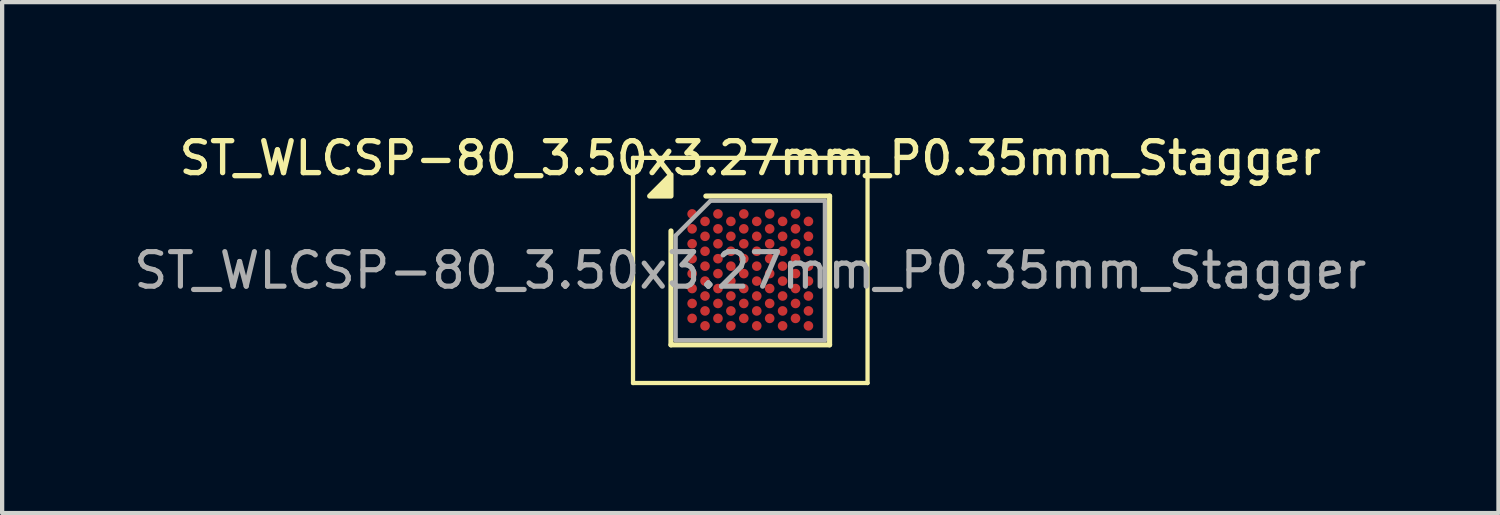
<source format=kicad_pcb>
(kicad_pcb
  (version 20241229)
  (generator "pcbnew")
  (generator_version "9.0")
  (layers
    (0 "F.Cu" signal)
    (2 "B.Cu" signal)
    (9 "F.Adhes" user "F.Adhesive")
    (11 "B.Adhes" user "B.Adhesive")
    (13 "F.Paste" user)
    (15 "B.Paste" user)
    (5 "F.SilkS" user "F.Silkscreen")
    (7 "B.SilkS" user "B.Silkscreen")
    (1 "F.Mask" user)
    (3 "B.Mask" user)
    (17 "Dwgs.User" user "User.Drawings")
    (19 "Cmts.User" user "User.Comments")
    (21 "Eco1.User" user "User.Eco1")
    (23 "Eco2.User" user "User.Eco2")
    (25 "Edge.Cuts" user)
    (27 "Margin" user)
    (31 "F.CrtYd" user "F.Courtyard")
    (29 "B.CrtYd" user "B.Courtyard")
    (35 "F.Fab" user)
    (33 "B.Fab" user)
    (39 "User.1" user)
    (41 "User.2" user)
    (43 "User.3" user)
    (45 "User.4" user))
  (footprint "ST_WLCSP-80_3.50x3.27mm_P0.35mm_Stagger"
    (layer "F.Cu")
    (at 14.546 3.293)
    (property "Reference" "ST_WLCSP-80_3.50x3.27mm_P0.35mm_Stagger" (at 0 -2.635 0) (layer "F.SilkS") (effects (font (size 0.75 0.75) (thickness 0.125))))
    (attr smd)
    (fp_line (start -2.75 -2.64) (end -2.75 2.64) (stroke (width 0.1) (type solid)) (layer "F.SilkS"))
    (fp_line (start -2.75 2.64) (end 2.75 2.64) (stroke (width 0.1) (type solid)) (layer "F.SilkS"))
    (fp_line (start -1.86 1.745) (end -1.86 -0.927) (stroke (width 0.12) (type solid)) (layer "F.SilkS"))
    (fp_line (start -1.042 -1.745) (end 1.86 -1.745) (stroke (width 0.12) (type solid)) (layer "F.SilkS"))
    (fp_line (start 1.86 -1.745) (end 1.86 1.745) (stroke (width 0.12) (type solid)) (layer "F.SilkS"))
    (fp_line (start 1.86 1.745) (end -1.86 1.745) (stroke (width 0.12) (type solid)) (layer "F.SilkS"))
    (fp_line (start 2.75 -2.64) (end -2.75 -2.64) (stroke (width 0.1) (type solid)) (layer "F.SilkS"))
    (fp_line (start 2.75 2.64) (end 2.75 -2.64) (stroke (width 0.1) (type solid)) (layer "F.SilkS"))
    (fp_poly (pts (xy -1.86 -1.745) (xy -2.36 -1.745) (xy -1.86 -2.245) (xy -1.86 -1.745)) (stroke (width 0.12) (type solid)) (fill yes) (layer "F.SilkS"))
    (fp_line (start -1.75 -0.818) (end -0.932 -1.635) (stroke (width 0.1) (type solid)) (layer "F.Fab"))
    (fp_line (start -1.75 1.635) (end -1.75 -0.818) (stroke (width 0.1) (type solid)) (layer "F.Fab"))
    (fp_line (start -0.932 -1.635) (end 1.75 -1.635) (stroke (width 0.1) (type solid)) (layer "F.Fab"))
    (fp_line (start 1.75 -1.635) (end 1.75 1.635) (stroke (width 0.1) (type solid)) (layer "F.Fab"))
    (fp_line (start 1.75 1.635) (end -1.75 1.635) (stroke (width 0.1) (type solid)) (layer "F.Fab"))
    (fp_text user "${REFERENCE}" (at 0 0 0) (layer "F.Fab") (effects (font (size 0.81 0.81) (thickness 0.121))))
    (pad "A1" smd circle (at -1.364 -1.326) (size 0.225 0.225) (property pad_prop_bga) (layers "F.Cu" "F.Mask" "F.Paste"))
    (pad "A3" smd circle (at -0.758 -1.326) (size 0.225 0.225) (property pad_prop_bga) (layers "F.Cu" "F.Mask" "F.Paste"))
    (pad "A5" smd circle (at -0.152 -1.326) (size 0.225 0.225) (property pad_prop_bga) (layers "F.Cu" "F.Mask" "F.Paste"))
    (pad "A7" smd circle (at 0.455 -1.326) (size 0.225 0.225) (property pad_prop_bga) (layers "F.Cu" "F.Mask" "F.Paste"))
    (pad "A9" smd circle (at 1.061 -1.326) (size 0.225 0.225) (property pad_prop_bga) (layers "F.Cu" "F.Mask" "F.Paste"))
    (pad "B2" smd circle (at -1.061 -1.151) (size 0.225 0.225) (property pad_prop_bga) (layers "F.Cu" "F.Mask" "F.Paste"))
    (pad "B4" smd circle (at -0.455 -1.151) (size 0.225 0.225) (property pad_prop_bga) (layers "F.Cu" "F.Mask" "F.Paste"))
    (pad "B6" smd circle (at 0.152 -1.151) (size 0.225 0.225) (property pad_prop_bga) (layers "F.Cu" "F.Mask" "F.Paste"))
    (pad "B8" smd circle (at 0.758 -1.151) (size 0.225 0.225) (property pad_prop_bga) (layers "F.Cu" "F.Mask" "F.Paste"))
    (pad "B10" smd circle (at 1.364 -1.151) (size 0.225 0.225) (property pad_prop_bga) (layers "F.Cu" "F.Mask" "F.Paste"))
    (pad "C1" smd circle (at -1.364 -0.976) (size 0.225 0.225) (property pad_prop_bga) (layers "F.Cu" "F.Mask" "F.Paste"))
    (pad "C3" smd circle (at -0.758 -0.976) (size 0.225 0.225) (property pad_prop_bga) (layers "F.Cu" "F.Mask" "F.Paste"))
    (pad "C5" smd circle (at -0.152 -0.976) (size 0.225 0.225) (property pad_prop_bga) (layers "F.Cu" "F.Mask" "F.Paste"))
    (pad "C7" smd circle (at 0.455 -0.976) (size 0.225 0.225) (property pad_prop_bga) (layers "F.Cu" "F.Mask" "F.Paste"))
    (pad "C9" smd circle (at 1.061 -0.976) (size 0.225 0.225) (property pad_prop_bga) (layers "F.Cu" "F.Mask" "F.Paste"))
    (pad "D2" smd circle (at -1.061 -0.801) (size 0.225 0.225) (property pad_prop_bga) (layers "F.Cu" "F.Mask" "F.Paste"))
    (pad "D4" smd circle (at -0.455 -0.801) (size 0.225 0.225) (property pad_prop_bga) (layers "F.Cu" "F.Mask" "F.Paste"))
    (pad "D6" smd circle (at 0.152 -0.801) (size 0.225 0.225) (property pad_prop_bga) (layers "F.Cu" "F.Mask" "F.Paste"))
    (pad "D8" smd circle (at 0.758 -0.801) (size 0.225 0.225) (property pad_prop_bga) (layers "F.Cu" "F.Mask" "F.Paste"))
    (pad "D10" smd circle (at 1.364 -0.801) (size 0.225 0.225) (property pad_prop_bga) (layers "F.Cu" "F.Mask" "F.Paste"))
    (pad "E1" smd circle (at -1.364 -0.626) (size 0.225 0.225) (property pad_prop_bga) (layers "F.Cu" "F.Mask" "F.Paste"))
    (pad "E3" smd circle (at -0.758 -0.626) (size 0.225 0.225) (property pad_prop_bga) (layers "F.Cu" "F.Mask" "F.Paste"))
    (pad "E5" smd circle (at -0.152 -0.626) (size 0.225 0.225) (property pad_prop_bga) (layers "F.Cu" "F.Mask" "F.Paste"))
    (pad "E7" smd circle (at 0.455 -0.626) (size 0.225 0.225) (property pad_prop_bga) (layers "F.Cu" "F.Mask" "F.Paste"))
    (pad "E9" smd circle (at 1.061 -0.626) (size 0.225 0.225) (property pad_prop_bga) (layers "F.Cu" "F.Mask" "F.Paste"))
    (pad "F2" smd circle (at -1.061 -0.451) (size 0.225 0.225) (property pad_prop_bga) (layers "F.Cu" "F.Mask" "F.Paste"))
    (pad "F4" smd circle (at -0.455 -0.451) (size 0.225 0.225) (property pad_prop_bga) (layers "F.Cu" "F.Mask" "F.Paste"))
    (pad "F6" smd circle (at 0.152 -0.451) (size 0.225 0.225) (property pad_prop_bga) (layers "F.Cu" "F.Mask" "F.Paste"))
    (pad "F8" smd circle (at 0.758 -0.451) (size 0.225 0.225) (property pad_prop_bga) (layers "F.Cu" "F.Mask" "F.Paste"))
    (pad "F10" smd circle (at 1.364 -0.451) (size 0.225 0.225) (property pad_prop_bga) (layers "F.Cu" "F.Mask" "F.Paste"))
    (pad "G1" smd circle (at -1.364 -0.276) (size 0.225 0.225) (property pad_prop_bga) (layers "F.Cu" "F.Mask" "F.Paste"))
    (pad "G3" smd circle (at -0.758 -0.276) (size 0.225 0.225) (property pad_prop_bga) (layers "F.Cu" "F.Mask" "F.Paste"))
    (pad "G5" smd circle (at -0.152 -0.276) (size 0.225 0.225) (property pad_prop_bga) (layers "F.Cu" "F.Mask" "F.Paste"))
    (pad "G7" smd circle (at 0.455 -0.276) (size 0.225 0.225) (property pad_prop_bga) (layers "F.Cu" "F.Mask" "F.Paste"))
    (pad "G9" smd circle (at 1.061 -0.276) (size 0.225 0.225) (property pad_prop_bga) (layers "F.Cu" "F.Mask" "F.Paste"))
    (pad "H2" smd circle (at -1.061 -0.101) (size 0.225 0.225) (property pad_prop_bga) (layers "F.Cu" "F.Mask" "F.Paste"))
    (pad "H4" smd circle (at -0.455 -0.101) (size 0.225 0.225) (property pad_prop_bga) (layers "F.Cu" "F.Mask" "F.Paste"))
    (pad "H6" smd circle (at 0.152 -0.101) (size 0.225 0.225) (property pad_prop_bga) (layers "F.Cu" "F.Mask" "F.Paste"))
    (pad "H8" smd circle (at 0.758 -0.101) (size 0.225 0.225) (property pad_prop_bga) (layers "F.Cu" "F.Mask" "F.Paste"))
    (pad "H10" smd circle (at 1.364 -0.101) (size 0.225 0.225) (property pad_prop_bga) (layers "F.Cu" "F.Mask" "F.Paste"))
    (pad "J1" smd circle (at -1.364 0.074) (size 0.225 0.225) (property pad_prop_bga) (layers "F.Cu" "F.Mask" "F.Paste"))
    (pad "J3" smd circle (at -0.758 0.074) (size 0.225 0.225) (property pad_prop_bga) (layers "F.Cu" "F.Mask" "F.Paste"))
    (pad "J5" smd circle (at -0.152 0.074) (size 0.225 0.225) (property pad_prop_bga) (layers "F.Cu" "F.Mask" "F.Paste"))
    (pad "J7" smd circle (at 0.455 0.074) (size 0.225 0.225) (property pad_prop_bga) (layers "F.Cu" "F.Mask" "F.Paste"))
    (pad "J9" smd circle (at 1.061 0.074) (size 0.225 0.225) (property pad_prop_bga) (layers "F.Cu" "F.Mask" "F.Paste"))
    (pad "K2" smd circle (at -1.061 0.249) (size 0.225 0.225) (property pad_prop_bga) (layers "F.Cu" "F.Mask" "F.Paste"))
    (pad "K4" smd circle (at -0.455 0.249) (size 0.225 0.225) (property pad_prop_bga) (layers "F.Cu" "F.Mask" "F.Paste"))
    (pad "K6" smd circle (at 0.152 0.249) (size 0.225 0.225) (property pad_prop_bga) (layers "F.Cu" "F.Mask" "F.Paste"))
    (pad "K8" smd circle (at 0.758 0.249) (size 0.225 0.225) (property pad_prop_bga) (layers "F.Cu" "F.Mask" "F.Paste"))
    (pad "K10" smd circle (at 1.364 0.249) (size 0.225 0.225) (property pad_prop_bga) (layers "F.Cu" "F.Mask" "F.Paste"))
    (pad "L1" smd circle (at -1.364 0.424) (size 0.225 0.225) (property pad_prop_bga) (layers "F.Cu" "F.Mask" "F.Paste"))
    (pad "L3" smd circle (at -0.758 0.424) (size 0.225 0.225) (property pad_prop_bga) (layers "F.Cu" "F.Mask" "F.Paste"))
    (pad "L5" smd circle (at -0.152 0.424) (size 0.225 0.225) (property pad_prop_bga) (layers "F.Cu" "F.Mask" "F.Paste"))
    (pad "L7" smd circle (at 0.455 0.424) (size 0.225 0.225) (property pad_prop_bga) (layers "F.Cu" "F.Mask" "F.Paste"))
    (pad "L9" smd circle (at 1.061 0.424) (size 0.225 0.225) (property pad_prop_bga) (layers "F.Cu" "F.Mask" "F.Paste"))
    (pad "M2" smd circle (at -1.061 0.599) (size 0.225 0.225) (property pad_prop_bga) (layers "F.Cu" "F.Mask" "F.Paste"))
    (pad "M4" smd circle (at -0.455 0.599) (size 0.225 0.225) (property pad_prop_bga) (layers "F.Cu" "F.Mask" "F.Paste"))
    (pad "M6" smd circle (at 0.152 0.599) (size 0.225 0.225) (property pad_prop_bga) (layers "F.Cu" "F.Mask" "F.Paste"))
    (pad "M8" smd circle (at 0.758 0.599) (size 0.225 0.225) (property pad_prop_bga) (layers "F.Cu" "F.Mask" "F.Paste"))
    (pad "M10" smd circle (at 1.364 0.599) (size 0.225 0.225) (property pad_prop_bga) (layers "F.Cu" "F.Mask" "F.Paste"))
    (pad "N1" smd circle (at -1.364 0.774) (size 0.225 0.225) (property pad_prop_bga) (layers "F.Cu" "F.Mask" "F.Paste"))
    (pad "N3" smd circle (at -0.758 0.774) (size 0.225 0.225) (property pad_prop_bga) (layers "F.Cu" "F.Mask" "F.Paste"))
    (pad "N5" smd circle (at -0.152 0.774) (size 0.225 0.225) (property pad_prop_bga) (layers "F.Cu" "F.Mask" "F.Paste"))
    (pad "N7" smd circle (at 0.455 0.774) (size 0.225 0.225) (property pad_prop_bga) (layers "F.Cu" "F.Mask" "F.Paste"))
    (pad "N9" smd circle (at 1.061 0.774) (size 0.225 0.225) (property pad_prop_bga) (layers "F.Cu" "F.Mask" "F.Paste"))
    (pad "P2" smd circle (at -1.061 0.949) (size 0.225 0.225) (property pad_prop_bga) (layers "F.Cu" "F.Mask" "F.Paste"))
    (pad "P4" smd circle (at -0.455 0.949) (size 0.225 0.225) (property pad_prop_bga) (layers "F.Cu" "F.Mask" "F.Paste"))
    (pad "P6" smd circle (at 0.152 0.949) (size 0.225 0.225) (property pad_prop_bga) (layers "F.Cu" "F.Mask" "F.Paste"))
    (pad "P8" smd circle (at 0.758 0.949) (size 0.225 0.225) (property pad_prop_bga) (layers "F.Cu" "F.Mask" "F.Paste"))
    (pad "P10" smd circle (at 1.364 0.949) (size 0.225 0.225) (property pad_prop_bga) (layers "F.Cu" "F.Mask" "F.Paste"))
    (pad "R1" smd circle (at -1.364 1.124) (size 0.225 0.225) (property pad_prop_bga) (layers "F.Cu" "F.Mask" "F.Paste"))
    (pad "R3" smd circle (at -0.758 1.124) (size 0.225 0.225) (property pad_prop_bga) (layers "F.Cu" "F.Mask" "F.Paste"))
    (pad "R5" smd circle (at -0.152 1.124) (size 0.225 0.225) (property pad_prop_bga) (layers "F.Cu" "F.Mask" "F.Paste"))
    (pad "R7" smd circle (at 0.455 1.124) (size 0.225 0.225) (property pad_prop_bga) (layers "F.Cu" "F.Mask" "F.Paste"))
    (pad "R9" smd circle (at 1.061 1.124) (size 0.225 0.225) (property pad_prop_bga) (layers "F.Cu" "F.Mask" "F.Paste"))
    (pad "T2" smd circle (at -1.061 1.299) (size 0.225 0.225) (property pad_prop_bga) (layers "F.Cu" "F.Mask" "F.Paste"))
    (pad "T4" smd circle (at -0.455 1.299) (size 0.225 0.225) (property pad_prop_bga) (layers "F.Cu" "F.Mask" "F.Paste"))
    (pad "T6" smd circle (at 0.152 1.299) (size 0.225 0.225) (property pad_prop_bga) (layers "F.Cu" "F.Mask" "F.Paste"))
    (pad "T8" smd circle (at 0.758 1.299) (size 0.225 0.225) (property pad_prop_bga) (layers "F.Cu" "F.Mask" "F.Paste"))
    (pad "T10" smd circle (at 1.364 1.299) (size 0.225 0.225) (property pad_prop_bga) (layers "F.Cu" "F.Mask" "F.Paste")))
  (gr_rect
    (start -3 -3)
    (end 32.093 8.983)
    (stroke (width 0.1) (type default))
    (fill no)
    (layer "Edge.Cuts")))
</source>
